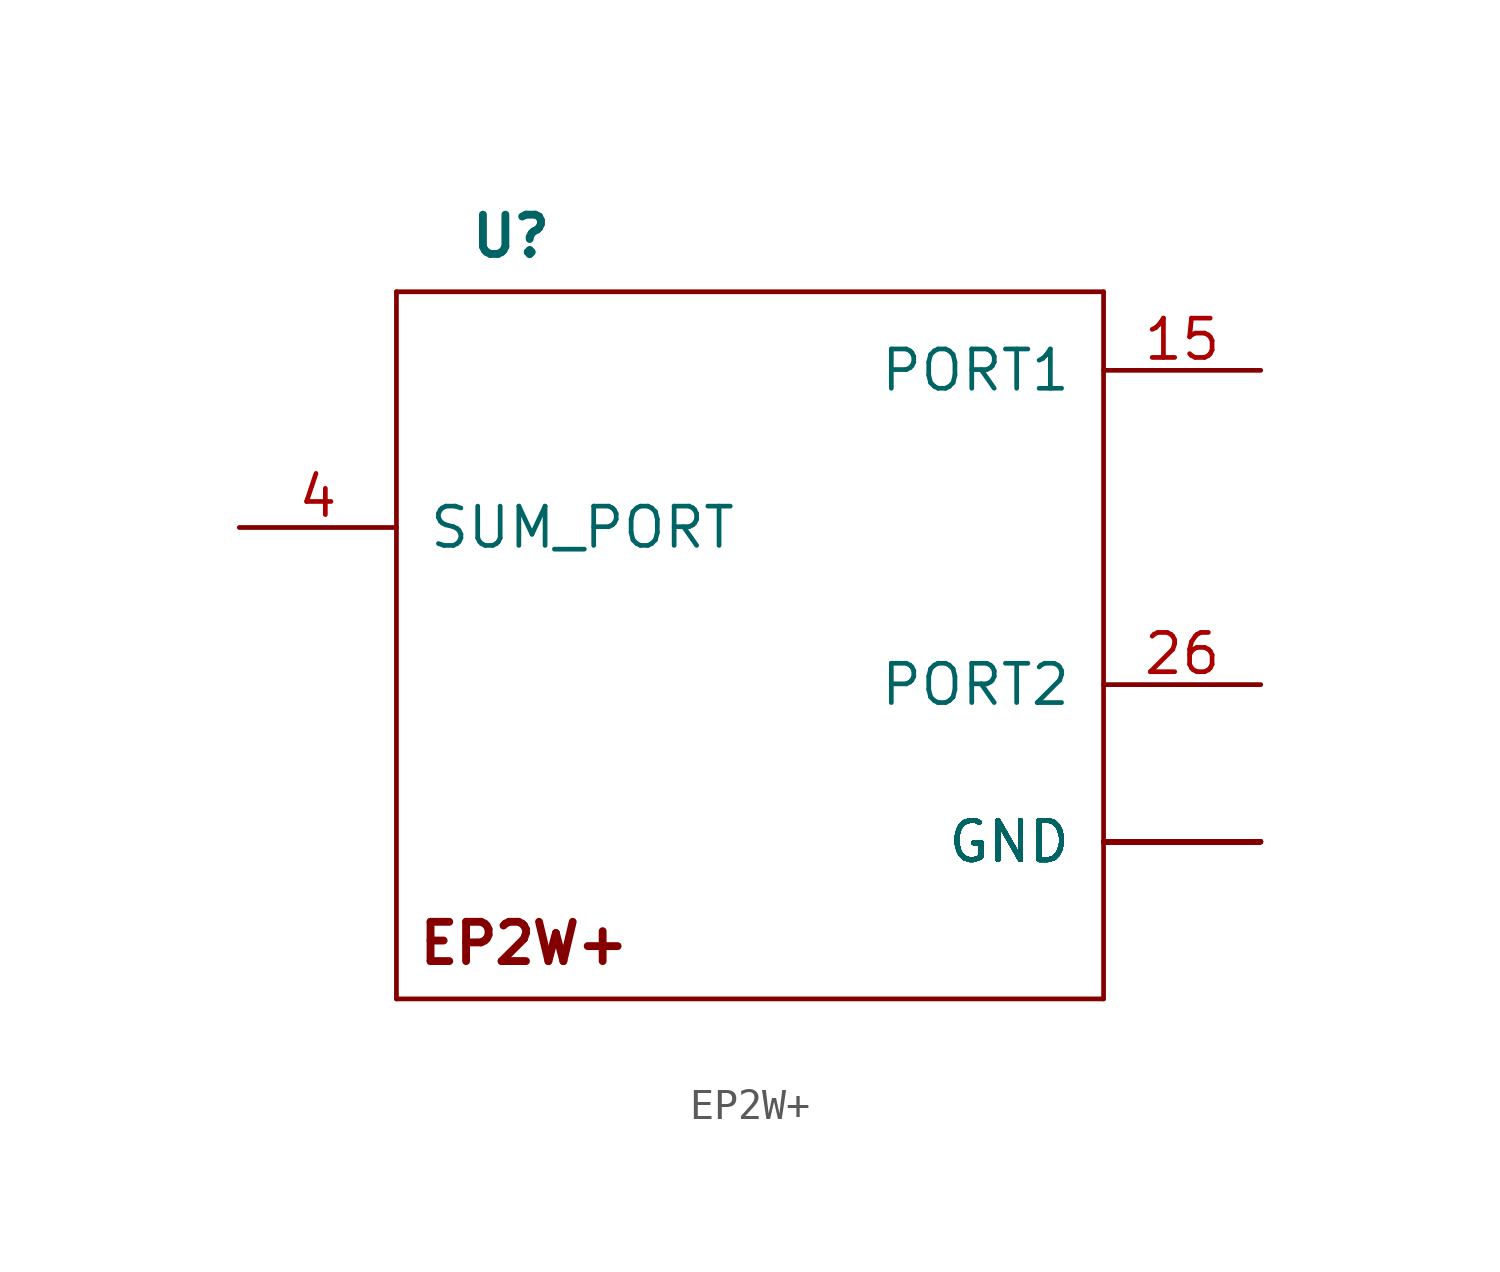
<source format=kicad_sym>
(kicad_symbol_lib
  (version 20211014)
  (generator kicad_symbol_editor)
  (symbol "EP2W+"
    (pin_names
      (offset 1.016))
    (property "Reference" "U"
      (at -7.62 10.16 0)
      (effects (font (size 1.27 1.27) bold) (justify right top)))
    (property "ki_locked" ""
      (at 0 0 0)
      (effects (font (size 1.27 1.27))))
    (symbol "EP2W+_1_0"
      (polyline (pts (xy -12.7 -15.24) (xy -12.7 7.62)) (stroke (width 0) (type default) (color 0 0 0 0)) (fill (type none)))
      (polyline (pts (xy -12.7 7.62) (xy 10.16 7.62)) (stroke (width 0) (type default) (color 0 0 0 0)) (fill (type none)))
      (polyline (pts (xy 10.16 -15.24) (xy -12.7 -15.24)) (stroke (width 0) (type default) (color 0 0 0 0)) (fill (type none)))
      (polyline (pts (xy 10.16 7.62) (xy 10.16 -15.24)) (stroke (width 0) (type default) (color 0 0 0 0)) (fill (type none)))
      (text "EP2W+" (at -5.08 -12.7 0) (effects (font (size 1.27 1.27) bold) (justify right top)))
      (pin bidirectional line (at 15.24 -10.16 180) (length 5.08) (name "GND" (effects (font (size 1.27 1.27)))) (number "1" (effects (font (size 0 0)))))
      (pin bidirectional line (at 15.24 -10.16 180) (length 5.08) (name "GND" (effects (font (size 1.27 1.27)))) (number "10" (effects (font (size 0 0)))))
      (pin bidirectional line (at 15.24 -10.16 180) (length 5.08) (name "GND" (effects (font (size 1.27 1.27)))) (number "11" (effects (font (size 0 0)))))
      (pin bidirectional line (at 15.24 -10.16 180) (length 5.08) (name "GND" (effects (font (size 1.27 1.27)))) (number "12" (effects (font (size 0 0)))))
      (pin bidirectional line (at 15.24 -10.16 180) (length 5.08) (name "GND" (effects (font (size 1.27 1.27)))) (number "13" (effects (font (size 0 0)))))
      (pin bidirectional line (at 15.24 -10.16 180) (length 5.08) (name "GND" (effects (font (size 1.27 1.27)))) (number "14" (effects (font (size 0 0)))))
      (pin bidirectional line (at 15.24 5.08 180) (length 5.08) (name "PORT1" (effects (font (size 1.27 1.27)))) (number "15" (effects (font (size 1.27 1.27)))))
      (pin bidirectional line (at 15.24 -10.16 180) (length 5.08) (name "GND" (effects (font (size 1.27 1.27)))) (number "16" (effects (font (size 0 0)))))
      (pin bidirectional line (at 15.24 -10.16 180) (length 5.08) (name "GND" (effects (font (size 1.27 1.27)))) (number "17" (effects (font (size 0 0)))))
      (pin bidirectional line (at 15.24 -10.16 180) (length 5.08) (name "GND" (effects (font (size 1.27 1.27)))) (number "18" (effects (font (size 0 0)))))
      (pin bidirectional line (at 15.24 -10.16 180) (length 5.08) (name "GND" (effects (font (size 1.27 1.27)))) (number "19" (effects (font (size 0 0)))))
      (pin bidirectional line (at 15.24 -10.16 180) (length 5.08) (name "GND" (effects (font (size 1.27 1.27)))) (number "2" (effects (font (size 0 0)))))
      (pin bidirectional line (at 15.24 -10.16 180) (length 5.08) (name "GND" (effects (font (size 1.27 1.27)))) (number "20" (effects (font (size 0 0)))))
      (pin bidirectional line (at 15.24 -10.16 180) (length 5.08) (name "GND" (effects (font (size 1.27 1.27)))) (number "21" (effects (font (size 0 0)))))
      (pin bidirectional line (at 15.24 -10.16 180) (length 5.08) (name "GND" (effects (font (size 1.27 1.27)))) (number "22" (effects (font (size 0 0)))))
      (pin bidirectional line (at 15.24 -10.16 180) (length 5.08) (name "GND" (effects (font (size 1.27 1.27)))) (number "23" (effects (font (size 0 0)))))
      (pin bidirectional line (at 15.24 -10.16 180) (length 5.08) (name "GND" (effects (font (size 1.27 1.27)))) (number "24" (effects (font (size 0 0)))))
      (pin bidirectional line (at 15.24 -10.16 180) (length 5.08) (name "GND" (effects (font (size 1.27 1.27)))) (number "25" (effects (font (size 0 0)))))
      (pin bidirectional line (at 15.24 -5.08 180) (length 5.08) (name "PORT2" (effects (font (size 1.27 1.27)))) (number "26" (effects (font (size 1.27 1.27)))))
      (pin bidirectional line (at 15.24 -10.16 180) (length 5.08) (name "GND" (effects (font (size 1.27 1.27)))) (number "27" (effects (font (size 0 0)))))
      (pin bidirectional line (at 15.24 -10.16 180) (length 5.08) (name "GND" (effects (font (size 1.27 1.27)))) (number "28" (effects (font (size 0 0)))))
      (pin bidirectional line (at 15.24 -10.16 180) (length 5.08) (name "GND" (effects (font (size 1.27 1.27)))) (number "29" (effects (font (size 0 0)))))
      (pin bidirectional line (at 15.24 -10.16 180) (length 5.08) (name "GND" (effects (font (size 1.27 1.27)))) (number "3" (effects (font (size 0 0)))))
      (pin bidirectional line (at 15.24 -10.16 180) (length 5.08) (name "GND" (effects (font (size 1.27 1.27)))) (number "30" (effects (font (size 0 0)))))
      (pin bidirectional line (at 15.24 -10.16 180) (length 5.08) (name "GND" (effects (font (size 1.27 1.27)))) (number "31" (effects (font (size 0 0)))))
      (pin bidirectional line (at 15.24 -10.16 180) (length 5.08) (name "GND" (effects (font (size 1.27 1.27)))) (number "32" (effects (font (size 0 0)))))
      (pin bidirectional line (at -17.78 0 0) (length 5.08) (name "SUM_PORT" (effects (font (size 1.27 1.27)))) (number "4" (effects (font (size 1.27 1.27)))))
      (pin bidirectional line (at 15.24 -10.16 180) (length 5.08) (name "GND" (effects (font (size 1.27 1.27)))) (number "5" (effects (font (size 0 0)))))
      (pin bidirectional line (at 15.24 -10.16 180) (length 5.08) (name "GND" (effects (font (size 1.27 1.27)))) (number "6" (effects (font (size 0 0)))))
      (pin bidirectional line (at 15.24 -10.16 180) (length 5.08) (name "GND" (effects (font (size 1.27 1.27)))) (number "7" (effects (font (size 0 0)))))
      (pin bidirectional line (at 15.24 -10.16 180) (length 5.08) (name "GND" (effects (font (size 1.27 1.27)))) (number "8" (effects (font (size 0 0)))))
      (pin bidirectional line (at 15.24 -10.16 180) (length 5.08) (name "GND" (effects (font (size 1.27 1.27)))) (number "9" (effects (font (size 0 0)))))
      (pin bidirectional line (at 15.24 -10.16 180) (length 5.08) (name "GND" (effects (font (size 1.27 1.27)))) (number "EP" (effects (font (size 0 0))))))))
</source>
